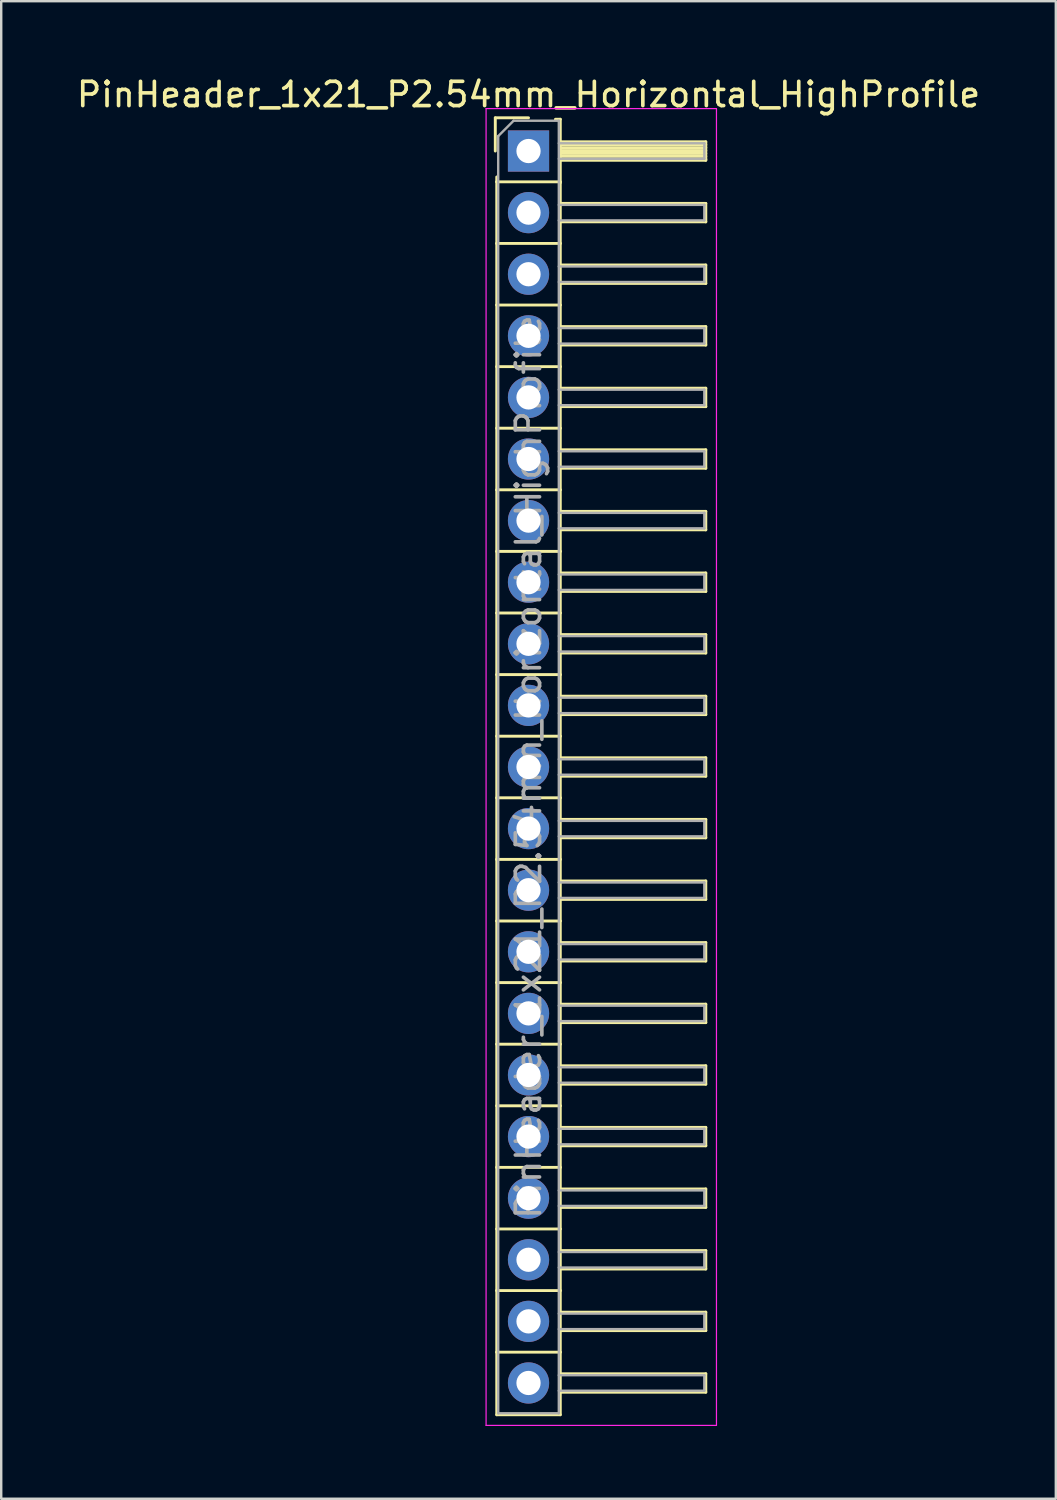
<source format=kicad_pcb>
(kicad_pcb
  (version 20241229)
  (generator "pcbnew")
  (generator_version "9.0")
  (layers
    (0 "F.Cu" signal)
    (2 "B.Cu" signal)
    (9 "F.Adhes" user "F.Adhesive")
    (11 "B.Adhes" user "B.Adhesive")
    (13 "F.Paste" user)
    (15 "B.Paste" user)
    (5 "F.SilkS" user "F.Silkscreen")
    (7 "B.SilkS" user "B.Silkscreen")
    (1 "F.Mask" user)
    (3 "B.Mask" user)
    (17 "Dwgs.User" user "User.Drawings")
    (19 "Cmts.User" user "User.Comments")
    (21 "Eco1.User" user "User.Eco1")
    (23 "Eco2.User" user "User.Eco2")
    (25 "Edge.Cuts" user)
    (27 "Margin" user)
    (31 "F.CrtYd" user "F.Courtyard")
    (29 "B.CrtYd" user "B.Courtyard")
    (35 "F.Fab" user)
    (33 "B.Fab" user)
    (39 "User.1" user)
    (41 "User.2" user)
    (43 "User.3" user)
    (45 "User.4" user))
  (footprint "PinHeader_1x21_P2.54mm_Horizontal_HighProfile"
    (layer "F.Cu")
    (at 18.744 3.178)
    (property "Reference" "PinHeader_1x21_P2.54mm_Horizontal_HighProfile" (at 0 -2.33 0) (layer "F.SilkS") (effects (font (size 1 1) (thickness 0.15))))
    (attr through_hole)
    (fp_line (start -1.37 -1.37) (end -1.37 0) (stroke (width 0.12) (type solid)) (layer "F.SilkS"))
    (fp_line (start -1.37 -1.37) (end 0 -1.37) (stroke (width 0.12) (type solid)) (layer "F.SilkS"))
    (fp_line (start -1.31 1.27) (end -1.31 1.07) (stroke (width 0.12) (type solid)) (layer "F.SilkS"))
    (fp_line (start -1.31 1.27) (end -1.31 3.81) (stroke (width 0.12) (type solid)) (layer "F.SilkS"))
    (fp_line (start -1.31 1.27) (end 1.31 1.27) (stroke (width 0.12) (type solid)) (layer "F.SilkS"))
    (fp_line (start -1.31 3.81) (end -1.31 6.35) (stroke (width 0.12) (type solid)) (layer "F.SilkS"))
    (fp_line (start -1.31 3.81) (end 1.31 3.81) (stroke (width 0.12) (type solid)) (layer "F.SilkS"))
    (fp_line (start -1.31 6.35) (end -1.31 8.89) (stroke (width 0.12) (type solid)) (layer "F.SilkS"))
    (fp_line (start -1.31 6.35) (end 1.31 6.35) (stroke (width 0.12) (type solid)) (layer "F.SilkS"))
    (fp_line (start -1.31 8.89) (end -1.31 11.43) (stroke (width 0.12) (type solid)) (layer "F.SilkS"))
    (fp_line (start -1.31 8.89) (end 1.31 8.89) (stroke (width 0.12) (type solid)) (layer "F.SilkS"))
    (fp_line (start -1.31 11.43) (end -1.31 13.97) (stroke (width 0.12) (type solid)) (layer "F.SilkS"))
    (fp_line (start -1.31 11.43) (end 1.31 11.43) (stroke (width 0.12) (type solid)) (layer "F.SilkS"))
    (fp_line (start -1.31 13.97) (end -1.31 16.51) (stroke (width 0.12) (type solid)) (layer "F.SilkS"))
    (fp_line (start -1.31 13.97) (end 1.31 13.97) (stroke (width 0.12) (type solid)) (layer "F.SilkS"))
    (fp_line (start -1.31 16.51) (end -1.31 19.05) (stroke (width 0.12) (type solid)) (layer "F.SilkS"))
    (fp_line (start -1.31 16.51) (end 1.31 16.51) (stroke (width 0.12) (type solid)) (layer "F.SilkS"))
    (fp_line (start -1.31 19.05) (end -1.31 21.59) (stroke (width 0.12) (type solid)) (layer "F.SilkS"))
    (fp_line (start -1.31 19.05) (end 1.31 19.05) (stroke (width 0.12) (type solid)) (layer "F.SilkS"))
    (fp_line (start -1.31 21.59) (end -1.31 24.13) (stroke (width 0.12) (type solid)) (layer "F.SilkS"))
    (fp_line (start -1.31 21.59) (end 1.31 21.59) (stroke (width 0.12) (type solid)) (layer "F.SilkS"))
    (fp_line (start -1.31 24.13) (end -1.31 26.67) (stroke (width 0.12) (type solid)) (layer "F.SilkS"))
    (fp_line (start -1.31 24.13) (end 1.31 24.13) (stroke (width 0.12) (type solid)) (layer "F.SilkS"))
    (fp_line (start -1.31 26.67) (end -1.31 29.21) (stroke (width 0.12) (type solid)) (layer "F.SilkS"))
    (fp_line (start -1.31 26.67) (end 1.31 26.67) (stroke (width 0.12) (type solid)) (layer "F.SilkS"))
    (fp_line (start -1.31 29.21) (end -1.31 31.75) (stroke (width 0.12) (type solid)) (layer "F.SilkS"))
    (fp_line (start -1.31 29.21) (end 1.31 29.21) (stroke (width 0.12) (type solid)) (layer "F.SilkS"))
    (fp_line (start -1.31 31.75) (end -1.31 34.29) (stroke (width 0.12) (type solid)) (layer "F.SilkS"))
    (fp_line (start -1.31 31.75) (end 1.31 31.75) (stroke (width 0.12) (type solid)) (layer "F.SilkS"))
    (fp_line (start -1.31 34.29) (end -1.31 36.83) (stroke (width 0.12) (type solid)) (layer "F.SilkS"))
    (fp_line (start -1.31 34.29) (end 1.31 34.29) (stroke (width 0.12) (type solid)) (layer "F.SilkS"))
    (fp_line (start -1.31 36.83) (end -1.31 39.37) (stroke (width 0.12) (type solid)) (layer "F.SilkS"))
    (fp_line (start -1.31 36.83) (end 1.31 36.83) (stroke (width 0.12) (type solid)) (layer "F.SilkS"))
    (fp_line (start -1.31 39.37) (end -1.31 41.91) (stroke (width 0.12) (type solid)) (layer "F.SilkS"))
    (fp_line (start -1.31 39.37) (end 1.31 39.37) (stroke (width 0.12) (type solid)) (layer "F.SilkS"))
    (fp_line (start -1.31 41.91) (end -1.31 44.45) (stroke (width 0.12) (type solid)) (layer "F.SilkS"))
    (fp_line (start -1.31 41.91) (end 1.31 41.91) (stroke (width 0.12) (type solid)) (layer "F.SilkS"))
    (fp_line (start -1.31 44.45) (end -1.31 46.99) (stroke (width 0.12) (type solid)) (layer "F.SilkS"))
    (fp_line (start -1.31 44.45) (end 1.31 44.45) (stroke (width 0.12) (type solid)) (layer "F.SilkS"))
    (fp_line (start -1.31 46.99) (end -1.31 49.53) (stroke (width 0.12) (type solid)) (layer "F.SilkS"))
    (fp_line (start -1.31 46.99) (end 1.31 46.99) (stroke (width 0.12) (type solid)) (layer "F.SilkS"))
    (fp_line (start -1.31 49.53) (end -1.31 52.11) (stroke (width 0.12) (type solid)) (layer "F.SilkS"))
    (fp_line (start -1.31 49.53) (end 1.31 49.53) (stroke (width 0.12) (type solid)) (layer "F.SilkS"))
    (fp_line (start -1.31 52.11) (end 1.31 52.11) (stroke (width 0.12) (type solid)) (layer "F.SilkS"))
    (fp_line (start 1.11 -1.31) (end 1.31 -1.31) (stroke (width 0.12) (type solid)) (layer "F.SilkS"))
    (fp_line (start 1.31 -1.31) (end 1.31 1.31) (stroke (width 0.12) (type solid)) (layer "F.SilkS"))
    (fp_line (start 1.31 -0.38) (end 7.31 -0.38) (stroke (width 0.12) (type solid)) (layer "F.SilkS"))
    (fp_line (start 1.31 -0.26) (end 7.31 -0.26) (stroke (width 0.12) (type solid)) (layer "F.SilkS"))
    (fp_line (start 1.31 -0.14) (end 7.31 -0.14) (stroke (width 0.12) (type solid)) (layer "F.SilkS"))
    (fp_line (start 1.31 -0.02) (end 7.31 -0.02) (stroke (width 0.12) (type solid)) (layer "F.SilkS"))
    (fp_line (start 1.31 0.1) (end 7.31 0.1) (stroke (width 0.12) (type solid)) (layer "F.SilkS"))
    (fp_line (start 1.31 0.22) (end 7.31 0.22) (stroke (width 0.12) (type solid)) (layer "F.SilkS"))
    (fp_line (start 1.31 0.34) (end 7.31 0.34) (stroke (width 0.12) (type solid)) (layer "F.SilkS"))
    (fp_line (start 1.31 0.38) (end 7.31 0.38) (stroke (width 0.12) (type solid)) (layer "F.SilkS"))
    (fp_line (start 1.31 1.27) (end 1.31 3.81) (stroke (width 0.12) (type solid)) (layer "F.SilkS"))
    (fp_line (start 1.31 2.16) (end 7.31 2.16) (stroke (width 0.12) (type solid)) (layer "F.SilkS"))
    (fp_line (start 1.31 2.92) (end 7.31 2.92) (stroke (width 0.12) (type solid)) (layer "F.SilkS"))
    (fp_line (start 1.31 3.81) (end 1.31 6.35) (stroke (width 0.12) (type solid)) (layer "F.SilkS"))
    (fp_line (start 1.31 4.7) (end 7.31 4.7) (stroke (width 0.12) (type solid)) (layer "F.SilkS"))
    (fp_line (start 1.31 5.46) (end 7.31 5.46) (stroke (width 0.12) (type solid)) (layer "F.SilkS"))
    (fp_line (start 1.31 6.35) (end 1.31 8.89) (stroke (width 0.12) (type solid)) (layer "F.SilkS"))
    (fp_line (start 1.31 7.24) (end 7.31 7.24) (stroke (width 0.12) (type solid)) (layer "F.SilkS"))
    (fp_line (start 1.31 8) (end 7.31 8) (stroke (width 0.12) (type solid)) (layer "F.SilkS"))
    (fp_line (start 1.31 8.89) (end 1.31 11.43) (stroke (width 0.12) (type solid)) (layer "F.SilkS"))
    (fp_line (start 1.31 9.78) (end 7.31 9.78) (stroke (width 0.12) (type solid)) (layer "F.SilkS"))
    (fp_line (start 1.31 10.54) (end 7.31 10.54) (stroke (width 0.12) (type solid)) (layer "F.SilkS"))
    (fp_line (start 1.31 11.43) (end 1.31 13.97) (stroke (width 0.12) (type solid)) (layer "F.SilkS"))
    (fp_line (start 1.31 12.32) (end 7.31 12.32) (stroke (width 0.12) (type solid)) (layer "F.SilkS"))
    (fp_line (start 1.31 13.08) (end 7.31 13.08) (stroke (width 0.12) (type solid)) (layer "F.SilkS"))
    (fp_line (start 1.31 13.97) (end 1.31 16.51) (stroke (width 0.12) (type solid)) (layer "F.SilkS"))
    (fp_line (start 1.31 14.86) (end 7.31 14.86) (stroke (width 0.12) (type solid)) (layer "F.SilkS"))
    (fp_line (start 1.31 15.62) (end 7.31 15.62) (stroke (width 0.12) (type solid)) (layer "F.SilkS"))
    (fp_line (start 1.31 16.51) (end 1.31 19.05) (stroke (width 0.12) (type solid)) (layer "F.SilkS"))
    (fp_line (start 1.31 17.4) (end 7.31 17.4) (stroke (width 0.12) (type solid)) (layer "F.SilkS"))
    (fp_line (start 1.31 18.16) (end 7.31 18.16) (stroke (width 0.12) (type solid)) (layer "F.SilkS"))
    (fp_line (start 1.31 19.05) (end 1.31 21.59) (stroke (width 0.12) (type solid)) (layer "F.SilkS"))
    (fp_line (start 1.31 19.94) (end 7.31 19.94) (stroke (width 0.12) (type solid)) (layer "F.SilkS"))
    (fp_line (start 1.31 20.7) (end 7.31 20.7) (stroke (width 0.12) (type solid)) (layer "F.SilkS"))
    (fp_line (start 1.31 21.59) (end 1.31 24.13) (stroke (width 0.12) (type solid)) (layer "F.SilkS"))
    (fp_line (start 1.31 22.48) (end 7.31 22.48) (stroke (width 0.12) (type solid)) (layer "F.SilkS"))
    (fp_line (start 1.31 23.24) (end 7.31 23.24) (stroke (width 0.12) (type solid)) (layer "F.SilkS"))
    (fp_line (start 1.31 24.13) (end 1.31 26.67) (stroke (width 0.12) (type solid)) (layer "F.SilkS"))
    (fp_line (start 1.31 25.02) (end 7.31 25.02) (stroke (width 0.12) (type solid)) (layer "F.SilkS"))
    (fp_line (start 1.31 25.78) (end 7.31 25.78) (stroke (width 0.12) (type solid)) (layer "F.SilkS"))
    (fp_line (start 1.31 26.67) (end 1.31 29.21) (stroke (width 0.12) (type solid)) (layer "F.SilkS"))
    (fp_line (start 1.31 27.56) (end 7.31 27.56) (stroke (width 0.12) (type solid)) (layer "F.SilkS"))
    (fp_line (start 1.31 28.32) (end 7.31 28.32) (stroke (width 0.12) (type solid)) (layer "F.SilkS"))
    (fp_line (start 1.31 29.21) (end 1.31 31.75) (stroke (width 0.12) (type solid)) (layer "F.SilkS"))
    (fp_line (start 1.31 30.1) (end 7.31 30.1) (stroke (width 0.12) (type solid)) (layer "F.SilkS"))
    (fp_line (start 1.31 30.86) (end 7.31 30.86) (stroke (width 0.12) (type solid)) (layer "F.SilkS"))
    (fp_line (start 1.31 31.75) (end 1.31 34.29) (stroke (width 0.12) (type solid)) (layer "F.SilkS"))
    (fp_line (start 1.31 32.64) (end 7.31 32.64) (stroke (width 0.12) (type solid)) (layer "F.SilkS"))
    (fp_line (start 1.31 33.4) (end 7.31 33.4) (stroke (width 0.12) (type solid)) (layer "F.SilkS"))
    (fp_line (start 1.31 34.29) (end 1.31 36.83) (stroke (width 0.12) (type solid)) (layer "F.SilkS"))
    (fp_line (start 1.31 35.18) (end 7.31 35.18) (stroke (width 0.12) (type solid)) (layer "F.SilkS"))
    (fp_line (start 1.31 35.94) (end 7.31 35.94) (stroke (width 0.12) (type solid)) (layer "F.SilkS"))
    (fp_line (start 1.31 36.83) (end 1.31 39.37) (stroke (width 0.12) (type solid)) (layer "F.SilkS"))
    (fp_line (start 1.31 37.72) (end 7.31 37.72) (stroke (width 0.12) (type solid)) (layer "F.SilkS"))
    (fp_line (start 1.31 38.48) (end 7.31 38.48) (stroke (width 0.12) (type solid)) (layer "F.SilkS"))
    (fp_line (start 1.31 39.37) (end 1.31 41.91) (stroke (width 0.12) (type solid)) (layer "F.SilkS"))
    (fp_line (start 1.31 40.26) (end 7.31 40.26) (stroke (width 0.12) (type solid)) (layer "F.SilkS"))
    (fp_line (start 1.31 41.02) (end 7.31 41.02) (stroke (width 0.12) (type solid)) (layer "F.SilkS"))
    (fp_line (start 1.31 41.91) (end 1.31 44.45) (stroke (width 0.12) (type solid)) (layer "F.SilkS"))
    (fp_line (start 1.31 42.8) (end 7.31 42.8) (stroke (width 0.12) (type solid)) (layer "F.SilkS"))
    (fp_line (start 1.31 43.56) (end 7.31 43.56) (stroke (width 0.12) (type solid)) (layer "F.SilkS"))
    (fp_line (start 1.31 44.45) (end 1.31 46.99) (stroke (width 0.12) (type solid)) (layer "F.SilkS"))
    (fp_line (start 1.31 45.34) (end 7.31 45.34) (stroke (width 0.12) (type solid)) (layer "F.SilkS"))
    (fp_line (start 1.31 46.1) (end 7.31 46.1) (stroke (width 0.12) (type solid)) (layer "F.SilkS"))
    (fp_line (start 1.31 46.99) (end 1.31 49.53) (stroke (width 0.12) (type solid)) (layer "F.SilkS"))
    (fp_line (start 1.31 47.88) (end 7.31 47.88) (stroke (width 0.12) (type solid)) (layer "F.SilkS"))
    (fp_line (start 1.31 48.64) (end 7.31 48.64) (stroke (width 0.12) (type solid)) (layer "F.SilkS"))
    (fp_line (start 1.31 49.53) (end 1.31 52.11) (stroke (width 0.12) (type solid)) (layer "F.SilkS"))
    (fp_line (start 1.31 50.42) (end 7.31 50.42) (stroke (width 0.12) (type solid)) (layer "F.SilkS"))
    (fp_line (start 1.31 51.18) (end 7.31 51.18) (stroke (width 0.12) (type solid)) (layer "F.SilkS"))
    (fp_line (start 7.31 -0.38) (end 7.31 0.38) (stroke (width 0.12) (type solid)) (layer "F.SilkS"))
    (fp_line (start 7.31 2.16) (end 7.31 2.92) (stroke (width 0.12) (type solid)) (layer "F.SilkS"))
    (fp_line (start 7.31 4.7) (end 7.31 5.46) (stroke (width 0.12) (type solid)) (layer "F.SilkS"))
    (fp_line (start 7.31 7.24) (end 7.31 8) (stroke (width 0.12) (type solid)) (layer "F.SilkS"))
    (fp_line (start 7.31 9.78) (end 7.31 10.54) (stroke (width 0.12) (type solid)) (layer "F.SilkS"))
    (fp_line (start 7.31 12.32) (end 7.31 13.08) (stroke (width 0.12) (type solid)) (layer "F.SilkS"))
    (fp_line (start 7.31 14.86) (end 7.31 15.62) (stroke (width 0.12) (type solid)) (layer "F.SilkS"))
    (fp_line (start 7.31 17.4) (end 7.31 18.16) (stroke (width 0.12) (type solid)) (layer "F.SilkS"))
    (fp_line (start 7.31 19.94) (end 7.31 20.7) (stroke (width 0.12) (type solid)) (layer "F.SilkS"))
    (fp_line (start 7.31 22.48) (end 7.31 23.24) (stroke (width 0.12) (type solid)) (layer "F.SilkS"))
    (fp_line (start 7.31 25.02) (end 7.31 25.78) (stroke (width 0.12) (type solid)) (layer "F.SilkS"))
    (fp_line (start 7.31 27.56) (end 7.31 28.32) (stroke (width 0.12) (type solid)) (layer "F.SilkS"))
    (fp_line (start 7.31 30.1) (end 7.31 30.86) (stroke (width 0.12) (type solid)) (layer "F.SilkS"))
    (fp_line (start 7.31 32.64) (end 7.31 33.4) (stroke (width 0.12) (type solid)) (layer "F.SilkS"))
    (fp_line (start 7.31 35.18) (end 7.31 35.94) (stroke (width 0.12) (type solid)) (layer "F.SilkS"))
    (fp_line (start 7.31 37.72) (end 7.31 38.48) (stroke (width 0.12) (type solid)) (layer "F.SilkS"))
    (fp_line (start 7.31 40.26) (end 7.31 41.02) (stroke (width 0.12) (type solid)) (layer "F.SilkS"))
    (fp_line (start 7.31 42.8) (end 7.31 43.56) (stroke (width 0.12) (type solid)) (layer "F.SilkS"))
    (fp_line (start 7.31 45.34) (end 7.31 46.1) (stroke (width 0.12) (type solid)) (layer "F.SilkS"))
    (fp_line (start 7.31 47.88) (end 7.31 48.64) (stroke (width 0.12) (type solid)) (layer "F.SilkS"))
    (fp_line (start 7.31 50.42) (end 7.31 51.18) (stroke (width 0.12) (type solid)) (layer "F.SilkS"))
    (fp_line (start -1.75 -1.75) (end -1.75 52.55) (stroke (width 0.05) (type solid)) (layer "F.CrtYd"))
    (fp_line (start -1.75 -1.75) (end 7.75 -1.75) (stroke (width 0.05) (type solid)) (layer "F.CrtYd"))
    (fp_line (start -1.75 52.55) (end 7.75 52.55) (stroke (width 0.05) (type solid)) (layer "F.CrtYd"))
    (fp_line (start 7.75 -1.75) (end 7.75 52.55) (stroke (width 0.05) (type solid)) (layer "F.CrtYd"))
    (fp_line (start -1.25 -0.615) (end -1.25 52.05) (stroke (width 0.1) (type solid)) (layer "F.Fab"))
    (fp_line (start -1.25 -0.615) (end -0.615 -1.25) (stroke (width 0.1) (type solid)) (layer "F.Fab"))
    (fp_line (start -1.25 52.05) (end 1.25 52.05) (stroke (width 0.1) (type solid)) (layer "F.Fab"))
    (fp_line (start -0.615 -1.25) (end 1.25 -1.25) (stroke (width 0.1) (type solid)) (layer "F.Fab"))
    (fp_line (start 1.25 -1.25) (end 1.25 52.05) (stroke (width 0.1) (type solid)) (layer "F.Fab"))
    (fp_line (start 1.25 -0.32) (end 7.25 -0.32) (stroke (width 0.1) (type solid)) (layer "F.Fab"))
    (fp_line (start 1.25 0.32) (end 7.25 0.32) (stroke (width 0.1) (type solid)) (layer "F.Fab"))
    (fp_line (start 1.25 2.22) (end 7.25 2.22) (stroke (width 0.1) (type solid)) (layer "F.Fab"))
    (fp_line (start 1.25 2.86) (end 7.25 2.86) (stroke (width 0.1) (type solid)) (layer "F.Fab"))
    (fp_line (start 1.25 4.76) (end 7.25 4.76) (stroke (width 0.1) (type solid)) (layer "F.Fab"))
    (fp_line (start 1.25 5.4) (end 7.25 5.4) (stroke (width 0.1) (type solid)) (layer "F.Fab"))
    (fp_line (start 1.25 7.3) (end 7.25 7.3) (stroke (width 0.1) (type solid)) (layer "F.Fab"))
    (fp_line (start 1.25 7.94) (end 7.25 7.94) (stroke (width 0.1) (type solid)) (layer "F.Fab"))
    (fp_line (start 1.25 9.84) (end 7.25 9.84) (stroke (width 0.1) (type solid)) (layer "F.Fab"))
    (fp_line (start 1.25 10.48) (end 7.25 10.48) (stroke (width 0.1) (type solid)) (layer "F.Fab"))
    (fp_line (start 1.25 12.38) (end 7.25 12.38) (stroke (width 0.1) (type solid)) (layer "F.Fab"))
    (fp_line (start 1.25 13.02) (end 7.25 13.02) (stroke (width 0.1) (type solid)) (layer "F.Fab"))
    (fp_line (start 1.25 14.92) (end 7.25 14.92) (stroke (width 0.1) (type solid)) (layer "F.Fab"))
    (fp_line (start 1.25 15.56) (end 7.25 15.56) (stroke (width 0.1) (type solid)) (layer "F.Fab"))
    (fp_line (start 1.25 17.46) (end 7.25 17.46) (stroke (width 0.1) (type solid)) (layer "F.Fab"))
    (fp_line (start 1.25 18.1) (end 7.25 18.1) (stroke (width 0.1) (type solid)) (layer "F.Fab"))
    (fp_line (start 1.25 20) (end 7.25 20) (stroke (width 0.1) (type solid)) (layer "F.Fab"))
    (fp_line (start 1.25 20.64) (end 7.25 20.64) (stroke (width 0.1) (type solid)) (layer "F.Fab"))
    (fp_line (start 1.25 22.54) (end 7.25 22.54) (stroke (width 0.1) (type solid)) (layer "F.Fab"))
    (fp_line (start 1.25 23.18) (end 7.25 23.18) (stroke (width 0.1) (type solid)) (layer "F.Fab"))
    (fp_line (start 1.25 25.08) (end 7.25 25.08) (stroke (width 0.1) (type solid)) (layer "F.Fab"))
    (fp_line (start 1.25 25.72) (end 7.25 25.72) (stroke (width 0.1) (type solid)) (layer "F.Fab"))
    (fp_line (start 1.25 27.62) (end 7.25 27.62) (stroke (width 0.1) (type solid)) (layer "F.Fab"))
    (fp_line (start 1.25 28.26) (end 7.25 28.26) (stroke (width 0.1) (type solid)) (layer "F.Fab"))
    (fp_line (start 1.25 30.16) (end 7.25 30.16) (stroke (width 0.1) (type solid)) (layer "F.Fab"))
    (fp_line (start 1.25 30.8) (end 7.25 30.8) (stroke (width 0.1) (type solid)) (layer "F.Fab"))
    (fp_line (start 1.25 32.7) (end 7.25 32.7) (stroke (width 0.1) (type solid)) (layer "F.Fab"))
    (fp_line (start 1.25 33.34) (end 7.25 33.34) (stroke (width 0.1) (type solid)) (layer "F.Fab"))
    (fp_line (start 1.25 35.24) (end 7.25 35.24) (stroke (width 0.1) (type solid)) (layer "F.Fab"))
    (fp_line (start 1.25 35.88) (end 7.25 35.88) (stroke (width 0.1) (type solid)) (layer "F.Fab"))
    (fp_line (start 1.25 37.78) (end 7.25 37.78) (stroke (width 0.1) (type solid)) (layer "F.Fab"))
    (fp_line (start 1.25 38.42) (end 7.25 38.42) (stroke (width 0.1) (type solid)) (layer "F.Fab"))
    (fp_line (start 1.25 40.32) (end 7.25 40.32) (stroke (width 0.1) (type solid)) (layer "F.Fab"))
    (fp_line (start 1.25 40.96) (end 7.25 40.96) (stroke (width 0.1) (type solid)) (layer "F.Fab"))
    (fp_line (start 1.25 42.86) (end 7.25 42.86) (stroke (width 0.1) (type solid)) (layer "F.Fab"))
    (fp_line (start 1.25 43.5) (end 7.25 43.5) (stroke (width 0.1) (type solid)) (layer "F.Fab"))
    (fp_line (start 1.25 45.4) (end 7.25 45.4) (stroke (width 0.1) (type solid)) (layer "F.Fab"))
    (fp_line (start 1.25 46.04) (end 7.25 46.04) (stroke (width 0.1) (type solid)) (layer "F.Fab"))
    (fp_line (start 1.25 47.94) (end 7.25 47.94) (stroke (width 0.1) (type solid)) (layer "F.Fab"))
    (fp_line (start 1.25 48.58) (end 7.25 48.58) (stroke (width 0.1) (type solid)) (layer "F.Fab"))
    (fp_line (start 1.25 50.48) (end 7.25 50.48) (stroke (width 0.1) (type solid)) (layer "F.Fab"))
    (fp_line (start 1.25 51.12) (end 7.25 51.12) (stroke (width 0.1) (type solid)) (layer "F.Fab"))
    (fp_line (start 7.25 -0.32) (end 7.25 0.32) (stroke (width 0.1) (type solid)) (layer "F.Fab"))
    (fp_line (start 7.25 2.22) (end 7.25 2.86) (stroke (width 0.1) (type solid)) (layer "F.Fab"))
    (fp_line (start 7.25 4.76) (end 7.25 5.4) (stroke (width 0.1) (type solid)) (layer "F.Fab"))
    (fp_line (start 7.25 7.3) (end 7.25 7.94) (stroke (width 0.1) (type solid)) (layer "F.Fab"))
    (fp_line (start 7.25 9.84) (end 7.25 10.48) (stroke (width 0.1) (type solid)) (layer "F.Fab"))
    (fp_line (start 7.25 12.38) (end 7.25 13.02) (stroke (width 0.1) (type solid)) (layer "F.Fab"))
    (fp_line (start 7.25 14.92) (end 7.25 15.56) (stroke (width 0.1) (type solid)) (layer "F.Fab"))
    (fp_line (start 7.25 17.46) (end 7.25 18.1) (stroke (width 0.1) (type solid)) (layer "F.Fab"))
    (fp_line (start 7.25 20) (end 7.25 20.64) (stroke (width 0.1) (type solid)) (layer "F.Fab"))
    (fp_line (start 7.25 22.54) (end 7.25 23.18) (stroke (width 0.1) (type solid)) (layer "F.Fab"))
    (fp_line (start 7.25 25.08) (end 7.25 25.72) (stroke (width 0.1) (type solid)) (layer "F.Fab"))
    (fp_line (start 7.25 27.62) (end 7.25 28.26) (stroke (width 0.1) (type solid)) (layer "F.Fab"))
    (fp_line (start 7.25 30.16) (end 7.25 30.8) (stroke (width 0.1) (type solid)) (layer "F.Fab"))
    (fp_line (start 7.25 32.7) (end 7.25 33.34) (stroke (width 0.1) (type solid)) (layer "F.Fab"))
    (fp_line (start 7.25 35.24) (end 7.25 35.88) (stroke (width 0.1) (type solid)) (layer "F.Fab"))
    (fp_line (start 7.25 37.78) (end 7.25 38.42) (stroke (width 0.1) (type solid)) (layer "F.Fab"))
    (fp_line (start 7.25 40.32) (end 7.25 40.96) (stroke (width 0.1) (type solid)) (layer "F.Fab"))
    (fp_line (start 7.25 42.86) (end 7.25 43.5) (stroke (width 0.1) (type solid)) (layer "F.Fab"))
    (fp_line (start 7.25 45.4) (end 7.25 46.04) (stroke (width 0.1) (type solid)) (layer "F.Fab"))
    (fp_line (start 7.25 47.94) (end 7.25 48.58) (stroke (width 0.1) (type solid)) (layer "F.Fab"))
    (fp_line (start 7.25 50.48) (end 7.25 51.12) (stroke (width 0.1) (type solid)) (layer "F.Fab"))
    (fp_text user "${REFERENCE}" (at 0 25.4 90) (layer "F.Fab") (effects (font (size 1 1) (thickness 0.15))))
    (pad "1" thru_hole rect (at 0 0) (size 1.7 1.7) (drill 1) (layers "*.Cu" "*.Mask"))
    (pad "2" thru_hole oval (at 0 2.54) (size 1.7 1.7) (drill 1) (layers "*.Cu" "*.Mask"))
    (pad "3" thru_hole oval (at 0 5.08) (size 1.7 1.7) (drill 1) (layers "*.Cu" "*.Mask"))
    (pad "4" thru_hole oval (at 0 7.62) (size 1.7 1.7) (drill 1) (layers "*.Cu" "*.Mask"))
    (pad "5" thru_hole oval (at 0 10.16) (size 1.7 1.7) (drill 1) (layers "*.Cu" "*.Mask"))
    (pad "6" thru_hole oval (at 0 12.7) (size 1.7 1.7) (drill 1) (layers "*.Cu" "*.Mask"))
    (pad "7" thru_hole oval (at 0 15.24) (size 1.7 1.7) (drill 1) (layers "*.Cu" "*.Mask"))
    (pad "8" thru_hole oval (at 0 17.78) (size 1.7 1.7) (drill 1) (layers "*.Cu" "*.Mask"))
    (pad "9" thru_hole oval (at 0 20.32) (size 1.7 1.7) (drill 1) (layers "*.Cu" "*.Mask"))
    (pad "10" thru_hole oval (at 0 22.86) (size 1.7 1.7) (drill 1) (layers "*.Cu" "*.Mask"))
    (pad "11" thru_hole oval (at 0 25.4) (size 1.7 1.7) (drill 1) (layers "*.Cu" "*.Mask"))
    (pad "12" thru_hole oval (at 0 27.94) (size 1.7 1.7) (drill 1) (layers "*.Cu" "*.Mask"))
    (pad "13" thru_hole oval (at 0 30.48) (size 1.7 1.7) (drill 1) (layers "*.Cu" "*.Mask"))
    (pad "14" thru_hole oval (at 0 33.02) (size 1.7 1.7) (drill 1) (layers "*.Cu" "*.Mask"))
    (pad "15" thru_hole oval (at 0 35.56) (size 1.7 1.7) (drill 1) (layers "*.Cu" "*.Mask"))
    (pad "16" thru_hole oval (at 0 38.1) (size 1.7 1.7) (drill 1) (layers "*.Cu" "*.Mask"))
    (pad "17" thru_hole oval (at 0 40.64) (size 1.7 1.7) (drill 1) (layers "*.Cu" "*.Mask"))
    (pad "18" thru_hole oval (at 0 43.18) (size 1.7 1.7) (drill 1) (layers "*.Cu" "*.Mask"))
    (pad "19" thru_hole oval (at 0 45.72) (size 1.7 1.7) (drill 1) (layers "*.Cu" "*.Mask"))
    (pad "20" thru_hole oval (at 0 48.26) (size 1.7 1.7) (drill 1) (layers "*.Cu" "*.Mask"))
    (pad "21" thru_hole oval (at 0 50.8) (size 1.7 1.7) (drill 1) (layers "*.Cu" "*.Mask")))
  (gr_rect
    (start -3 -3)
    (end 40.488 58.753)
    (stroke (width 0.1) (type default))
    (fill no)
    (layer "Edge.Cuts")))
</source>
